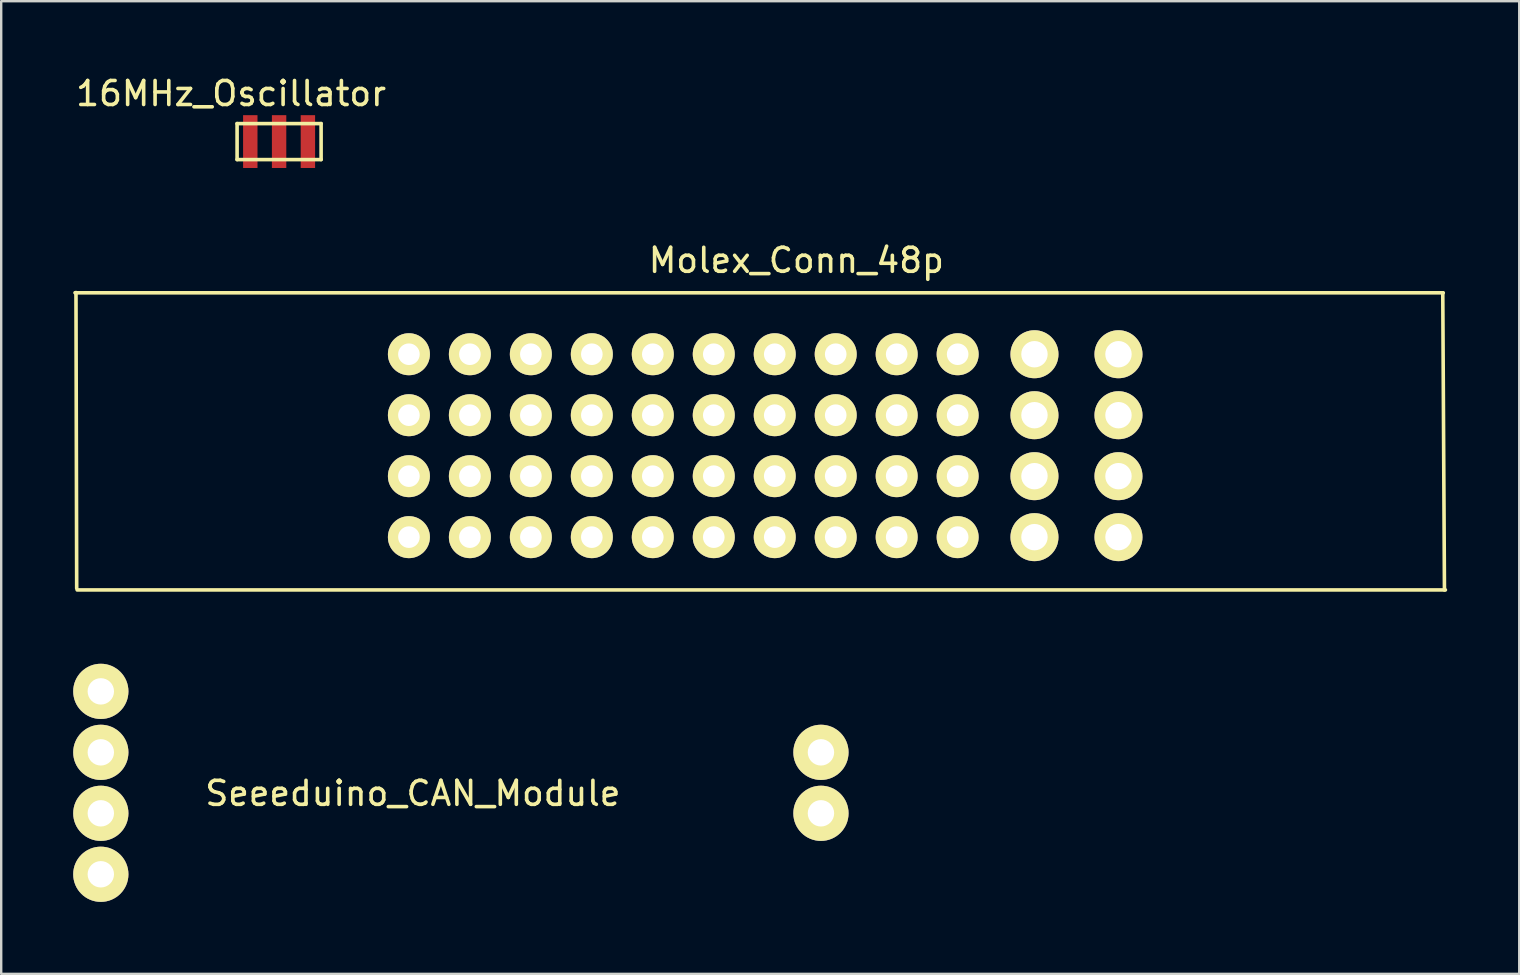
<source format=kicad_pcb>
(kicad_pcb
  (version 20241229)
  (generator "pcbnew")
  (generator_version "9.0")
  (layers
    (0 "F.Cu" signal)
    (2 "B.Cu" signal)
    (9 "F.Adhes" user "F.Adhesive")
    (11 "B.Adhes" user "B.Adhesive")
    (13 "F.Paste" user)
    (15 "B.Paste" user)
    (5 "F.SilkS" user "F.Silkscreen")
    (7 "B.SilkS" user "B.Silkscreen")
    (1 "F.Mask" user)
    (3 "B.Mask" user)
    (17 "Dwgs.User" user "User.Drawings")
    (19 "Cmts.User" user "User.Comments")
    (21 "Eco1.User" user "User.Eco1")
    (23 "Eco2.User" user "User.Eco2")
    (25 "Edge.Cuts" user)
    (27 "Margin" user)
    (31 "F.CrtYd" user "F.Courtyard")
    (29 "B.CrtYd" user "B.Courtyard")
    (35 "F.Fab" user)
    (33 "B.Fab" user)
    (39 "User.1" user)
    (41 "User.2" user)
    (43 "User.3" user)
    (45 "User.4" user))
  (footprint "Molex_Conn_48p"
    (layer "F.Cu")
    (at 13.525 11.597)
    (property "Reference" "Molex_Conn_48p" (at 16.6 -3.8 0) (layer "F.SilkS") (effects (font (size 1 1) (thickness 0.15))))
    (attr through_hole)
    (fp_line (start -13.45 -2.45) (end 43.55 -2.45) (stroke (width 0.15) (type solid)) (layer "F.SilkS"))
    (fp_line (start -13.41 -2.46) (end -13.38 9.86) (stroke (width 0.15) (type solid)) (layer "F.SilkS"))
    (fp_line (start -13.36 9.93) (end 43.64 9.93) (stroke (width 0.15) (type solid)) (layer "F.SilkS"))
    (fp_line (start 43.53 -2.44) (end 43.6 9.93) (stroke (width 0.15) (type solid)) (layer "F.SilkS"))
    (pad "A1" thru_hole circle (at 0.46 0.11) (size 1.75 1.75) (drill 0.9) (layers "*.Cu" "*.Mask" "F.SilkS"))
    (pad "A2" thru_hole circle (at 0.46 2.65) (size 1.75 1.75) (drill 0.9) (layers "*.Cu" "*.Mask" "F.SilkS"))
    (pad "A3" thru_hole circle (at 0.46 5.19) (size 1.75 1.75) (drill 0.9) (layers "*.Cu" "*.Mask" "F.SilkS"))
    (pad "A4" thru_hole circle (at 0.46 7.73) (size 1.75 1.75) (drill 0.9) (layers "*.Cu" "*.Mask" "F.SilkS"))
    (pad "B1" thru_hole circle (at 3 0.11) (size 1.75 1.75) (drill 0.9) (layers "*.Cu" "*.Mask" "F.SilkS"))
    (pad "B2" thru_hole circle (at 3 2.65) (size 1.75 1.75) (drill 0.9) (layers "*.Cu" "*.Mask" "F.SilkS"))
    (pad "B3" thru_hole circle (at 3 5.19) (size 1.75 1.75) (drill 0.9) (layers "*.Cu" "*.Mask" "F.SilkS"))
    (pad "B4" thru_hole circle (at 3 7.73) (size 1.75 1.75) (drill 0.9) (layers "*.Cu" "*.Mask" "F.SilkS"))
    (pad "C1" thru_hole circle (at 5.54 0.11) (size 1.75 1.75) (drill 0.9) (layers "*.Cu" "*.Mask" "F.SilkS"))
    (pad "C2" thru_hole circle (at 5.54 2.65) (size 1.75 1.75) (drill 0.9) (layers "*.Cu" "*.Mask" "F.SilkS"))
    (pad "C3" thru_hole circle (at 5.54 5.19) (size 1.75 1.75) (drill 0.9) (layers "*.Cu" "*.Mask" "F.SilkS"))
    (pad "C4" thru_hole circle (at 5.54 7.73) (size 1.75 1.75) (drill 0.9) (layers "*.Cu" "*.Mask" "F.SilkS"))
    (pad "D1" thru_hole circle (at 8.08 0.11) (size 1.75 1.75) (drill 0.9) (layers "*.Cu" "*.Mask" "F.SilkS"))
    (pad "D2" thru_hole circle (at 8.08 2.65) (size 1.75 1.75) (drill 0.9) (layers "*.Cu" "*.Mask" "F.SilkS"))
    (pad "D3" thru_hole circle (at 8.08 5.19) (size 1.75 1.75) (drill 0.9) (layers "*.Cu" "*.Mask" "F.SilkS"))
    (pad "D4" thru_hole circle (at 8.08 7.73) (size 1.75 1.75) (drill 0.9) (layers "*.Cu" "*.Mask" "F.SilkS"))
    (pad "E1" thru_hole circle (at 10.62 0.11) (size 1.75 1.75) (drill 0.9) (layers "*.Cu" "*.Mask" "F.SilkS"))
    (pad "E2" thru_hole circle (at 10.62 2.65) (size 1.75 1.75) (drill 0.9) (layers "*.Cu" "*.Mask" "F.SilkS"))
    (pad "E3" thru_hole circle (at 10.62 5.19) (size 1.75 1.75) (drill 0.9) (layers "*.Cu" "*.Mask" "F.SilkS"))
    (pad "E4" thru_hole circle (at 10.62 7.73) (size 1.75 1.75) (drill 0.9) (layers "*.Cu" "*.Mask" "F.SilkS"))
    (pad "F1" thru_hole circle (at 13.16 0.11) (size 1.75 1.75) (drill 0.9) (layers "*.Cu" "*.Mask" "F.SilkS"))
    (pad "F2" thru_hole circle (at 13.16 2.65) (size 1.75 1.75) (drill 0.9) (layers "*.Cu" "*.Mask" "F.SilkS"))
    (pad "F3" thru_hole circle (at 13.16 5.19) (size 1.75 1.75) (drill 0.9) (layers "*.Cu" "*.Mask" "F.SilkS"))
    (pad "F4" thru_hole circle (at 13.16 7.73) (size 1.75 1.75) (drill 0.9) (layers "*.Cu" "*.Mask" "F.SilkS"))
    (pad "G1" thru_hole circle (at 15.7 0.11) (size 1.75 1.75) (drill 0.9) (layers "*.Cu" "*.Mask" "F.SilkS"))
    (pad "G2" thru_hole circle (at 15.7 2.65) (size 1.75 1.75) (drill 0.9) (layers "*.Cu" "*.Mask" "F.SilkS"))
    (pad "G3" thru_hole circle (at 15.7 5.19) (size 1.75 1.75) (drill 0.9) (layers "*.Cu" "*.Mask" "F.SilkS"))
    (pad "G4" thru_hole circle (at 15.7 7.73) (size 1.75 1.75) (drill 0.9) (layers "*.Cu" "*.Mask" "F.SilkS"))
    (pad "H1" thru_hole circle (at 18.24 0.11) (size 1.75 1.75) (drill 0.9) (layers "*.Cu" "*.Mask" "F.SilkS"))
    (pad "H2" thru_hole circle (at 18.24 2.65) (size 1.75 1.75) (drill 0.9) (layers "*.Cu" "*.Mask" "F.SilkS"))
    (pad "H3" thru_hole circle (at 18.24 5.19) (size 1.75 1.75) (drill 0.9) (layers "*.Cu" "*.Mask" "F.SilkS"))
    (pad "H4" thru_hole circle (at 18.24 7.73) (size 1.75 1.75) (drill 0.9) (layers "*.Cu" "*.Mask" "F.SilkS"))
    (pad "J1" thru_hole circle (at 20.78 0.11) (size 1.75 1.75) (drill 0.9) (layers "*.Cu" "*.Mask" "F.SilkS"))
    (pad "J2" thru_hole circle (at 20.78 2.65) (size 1.75 1.75) (drill 0.9) (layers "*.Cu" "*.Mask" "F.SilkS"))
    (pad "J3" thru_hole circle (at 20.78 5.19) (size 1.75 1.75) (drill 0.9) (layers "*.Cu" "*.Mask" "F.SilkS"))
    (pad "J4" thru_hole circle (at 20.78 7.73) (size 1.75 1.75) (drill 0.9) (layers "*.Cu" "*.Mask" "F.SilkS"))
    (pad "K1" thru_hole circle (at 23.32 0.11) (size 1.75 1.75) (drill 0.9) (layers "*.Cu" "*.Mask" "F.SilkS"))
    (pad "K2" thru_hole circle (at 23.32 2.65) (size 1.75 1.75) (drill 0.9) (layers "*.Cu" "*.Mask" "F.SilkS"))
    (pad "K3" thru_hole circle (at 23.32 5.19) (size 1.75 1.75) (drill 0.9) (layers "*.Cu" "*.Mask" "F.SilkS"))
    (pad "K4" thru_hole circle (at 23.32 7.73) (size 1.75 1.75) (drill 0.9) (layers "*.Cu" "*.Mask" "F.SilkS"))
    (pad "L1" thru_hole circle (at 26.52 0.11 180) (size 2 2) (drill 1.1) (layers "*.Cu" "*.Mask" "F.SilkS"))
    (pad "L2" thru_hole circle (at 26.52 2.65 180) (size 2 2) (drill 1.1) (layers "*.Cu" "*.Mask" "F.SilkS"))
    (pad "L3" thru_hole circle (at 26.52 5.19 180) (size 2 2) (drill 1.1) (layers "*.Cu" "*.Mask" "F.SilkS"))
    (pad "L4" thru_hole circle (at 26.52 7.73 180) (size 2 2) (drill 1.1) (layers "*.Cu" "*.Mask" "F.SilkS"))
    (pad "M1" thru_hole circle (at 30.02 0.11 180) (size 2 2) (drill 1.1) (layers "*.Cu" "*.Mask" "F.SilkS"))
    (pad "M2" thru_hole circle (at 30.02 2.65 180) (size 2 2) (drill 1.1) (layers "*.Cu" "*.Mask" "F.SilkS"))
    (pad "M3" thru_hole circle (at 30.02 5.19 180) (size 2 2) (drill 1.1) (layers "*.Cu" "*.Mask" "F.SilkS"))
    (pad "M4" thru_hole circle (at 30.02 7.73 180) (size 2 2) (drill 1.1) (layers "*.Cu" "*.Mask" "F.SilkS")))
  (footprint "Seeeduino_CAN_Module"
    (layer "F.Cu")
    (at 1.15 25.752)
    (property "Reference" "Seeeduino_CAN_Module" (at 13 4.25 0) (layer "F.SilkS") (effects (font (size 1 1) (thickness 0.15))))
    (attr through_hole)
    (pad "1" thru_hole circle (at 0 0) (size 2.3 2.3) (drill 1.1) (layers "*.Cu" "*.Mask" "F.SilkS"))
    (pad "2" thru_hole circle (at 0 2.54) (size 2.3 2.3) (drill 1.1) (layers "*.Cu" "*.Mask" "F.SilkS"))
    (pad "3" thru_hole circle (at 0 5.08) (size 2.3 2.3) (drill 1.1) (layers "*.Cu" "*.Mask" "F.SilkS"))
    (pad "4" thru_hole circle (at 0 7.62) (size 2.3 2.3) (drill 1.1) (layers "*.Cu" "*.Mask" "F.SilkS"))
    (pad "5" thru_hole circle (at 30 2.54) (size 2.3 2.3) (drill 1.1) (layers "*.Cu" "*.Mask" "F.SilkS"))
    (pad "6" thru_hole circle (at 30 5.08) (size 2.3 2.3) (drill 1.1) (layers "*.Cu" "*.Mask" "F.SilkS")))
  (footprint "16MHz_Oscillator"
    (layer "F.Cu")
    (at 8.577 2.848)
    (property "Reference" "16MHz_Oscillator" (at -2 -2 0) (layer "F.SilkS") (effects (font (size 1 1) (thickness 0.15))))
    (attr through_hole)
    (fp_line (start -1.75 -0.75) (end 1.75 -0.75) (stroke (width 0.15) (type solid)) (layer "F.SilkS"))
    (fp_line (start -1.75 0.75) (end -1.75 -0.75) (stroke (width 0.15) (type solid)) (layer "F.SilkS"))
    (fp_line (start 1.75 -0.75) (end 1.75 0.75) (stroke (width 0.15) (type solid)) (layer "F.SilkS"))
    (fp_line (start 1.75 0.75) (end -1.75 0.75) (stroke (width 0.15) (type solid)) (layer "F.SilkS"))
    (pad "1" smd rect (at -1.2 0) (size 0.6 2.2) (layers "F.Cu" "F.Mask" "F.Paste"))
    (pad "2" smd rect (at 1.2 0) (size 0.6 2.2) (layers "F.Cu" "F.Mask" "F.Paste"))
    (pad "3" smd rect (at 0 0) (size 0.6 2.2) (layers "F.Cu" "F.Mask" "F.Paste")))
  (gr_rect
    (start -3 -3)
    (end 60.24 37.522)
    (stroke (width 0.1) (type default))
    (fill no)
    (layer "Edge.Cuts")))
</source>
